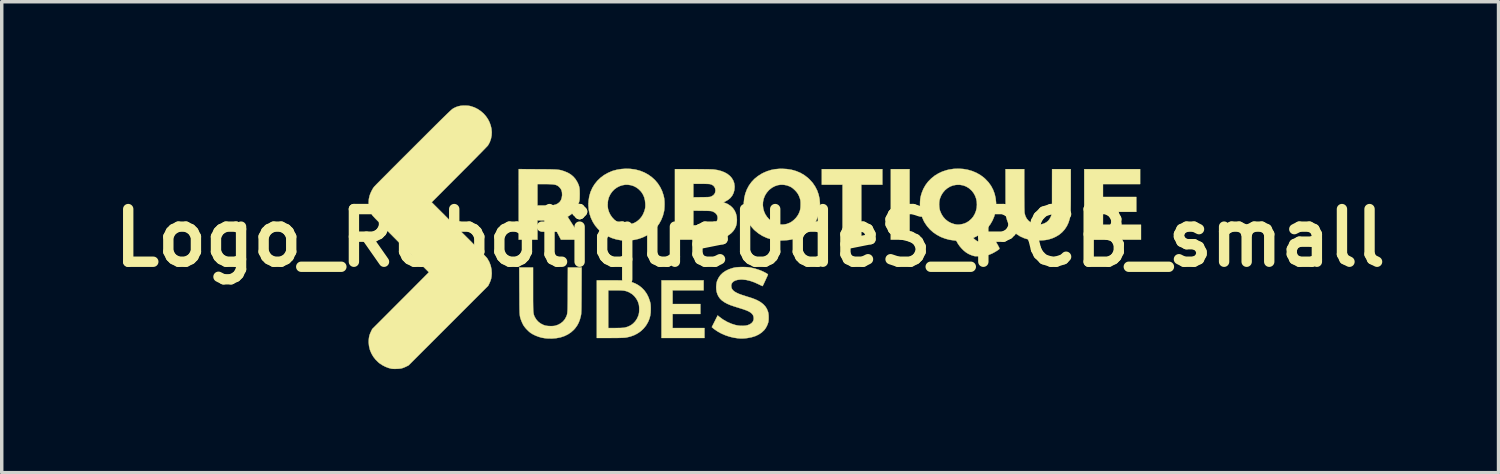
<source format=kicad_pcb>
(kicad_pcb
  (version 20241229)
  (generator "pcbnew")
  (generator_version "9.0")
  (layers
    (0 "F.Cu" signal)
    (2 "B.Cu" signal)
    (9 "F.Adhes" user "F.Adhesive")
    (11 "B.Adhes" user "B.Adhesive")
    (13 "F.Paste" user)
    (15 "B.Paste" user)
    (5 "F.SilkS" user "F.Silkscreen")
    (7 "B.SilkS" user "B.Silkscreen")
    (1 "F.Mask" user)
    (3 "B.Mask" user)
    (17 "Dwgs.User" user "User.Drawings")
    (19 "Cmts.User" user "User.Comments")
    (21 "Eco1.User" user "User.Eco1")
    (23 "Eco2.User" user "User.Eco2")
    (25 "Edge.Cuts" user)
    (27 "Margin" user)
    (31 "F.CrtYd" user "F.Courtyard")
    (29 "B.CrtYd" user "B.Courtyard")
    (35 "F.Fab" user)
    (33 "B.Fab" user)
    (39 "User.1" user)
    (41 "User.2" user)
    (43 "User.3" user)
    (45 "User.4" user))
  (footprint "Logo_RobotiqueUdeS_PCB_small"
    (layer "F.Cu")
    (at 18.658 3.835)
    (property "Reference" "Logo_RobotiqueUdeS_PCB_small" (at 0 0 0) (layer "F.SilkS") (effects (font (size 1.524 1.524) (thickness 0.3))))
    (attr through_hole)
    (fp_poly (pts (xy 4.614 0.051) (xy 4.072 0.051) (xy 4.072 -1.99) (xy 4.614 -1.99) (xy 4.614 0.051)) (stroke (width 0.01) (type solid)) (fill yes) (layer "F.SilkS"))
    (fp_poly (pts (xy 3.827 -1.541) (xy 3.217 -1.541) (xy 3.217 0.051) (xy 2.675 0.051) (xy 2.675 -1.541) (xy 2.074 -1.541) (xy 2.074 -1.99) (xy 3.827 -1.99) (xy 3.827 -1.541)) (stroke (width 0.01) (type solid)) (fill yes) (layer "F.SilkS"))
    (fp_poly (pts (xy -1.346 1.516) (xy -2.244 1.516) (xy -2.244 1.913) (xy -1.439 1.913) (xy -1.439 2.201) (xy -2.244 2.201) (xy -2.244 2.608) (xy -1.321 2.608) (xy -1.321 2.896) (xy -2.565 2.896) (xy -2.565 1.228) (xy -1.346 1.228) (xy -1.346 1.516)) (stroke (width 0.01) (type solid)) (fill yes) (layer "F.SilkS"))
    (fp_poly (pts (xy 11.286 -1.558) (xy 10.211 -1.558) (xy 10.211 -1.185) (xy 11.176 -1.185) (xy 11.176 -0.754) (xy 10.211 -0.754) (xy 10.211 -0.381) (xy 11.311 -0.381) (xy 11.311 0.051) (xy 9.669 0.051) (xy 9.669 -1.99) (xy 11.286 -1.99) (xy 11.286 -1.558)) (stroke (width 0.01) (type solid)) (fill yes) (layer "F.SilkS"))
    (fp_poly (pts (xy -4.053 1.228) (xy -3.949 1.228) (xy -3.86 1.228) (xy -3.785 1.229) (xy -3.721 1.231) (xy -3.666 1.234) (xy -3.62 1.237) (xy -3.58 1.242) (xy -3.544 1.247) (xy -3.51 1.254) (xy -3.477 1.263) (xy -3.443 1.273) (xy -3.437 1.275) (xy -3.326 1.318) (xy -3.225 1.374) (xy -3.136 1.443) (xy -3.059 1.523) (xy -2.993 1.615) (xy -2.941 1.718) (xy -2.901 1.832) (xy -2.886 1.892) (xy -2.881 1.923) (xy -2.878 1.966) (xy -2.876 2.017) (xy -2.876 2.07) (xy -2.879 2.163) (xy -2.89 2.244) (xy -2.909 2.321) (xy -2.937 2.396) (xy -2.958 2.442) (xy -3.014 2.537) (xy -3.084 2.623) (xy -3.165 2.699) (xy -3.257 2.763) (xy -3.359 2.816) (xy -3.469 2.855) (xy -3.586 2.882) (xy -3.619 2.886) (xy -3.647 2.888) (xy -3.689 2.89) (xy -3.745 2.892) (xy -3.812 2.894) (xy -3.889 2.895) (xy -3.974 2.895) (xy -4.065 2.896) (xy -4.066 2.896) (xy -4.437 2.896) (xy -4.437 1.516) (xy -4.106 1.516) (xy -4.106 2.608) (xy -3.9 2.608) (xy -3.818 2.607) (xy -3.752 2.606) (xy -3.699 2.603) (xy -3.657 2.6) (xy -3.627 2.595) (xy -3.539 2.57) (xy -3.458 2.531) (xy -3.386 2.478) (xy -3.324 2.413) (xy -3.274 2.338) (xy -3.236 2.253) (xy -3.222 2.206) (xy -3.214 2.162) (xy -3.21 2.108) (xy -3.209 2.049) (xy -3.212 1.991) (xy -3.218 1.94) (xy -3.222 1.922) (xy -3.25 1.837) (xy -3.293 1.759) (xy -3.348 1.688) (xy -3.413 1.628) (xy -3.488 1.581) (xy -3.497 1.576) (xy -3.535 1.559) (xy -3.572 1.545) (xy -3.609 1.534) (xy -3.651 1.526) (xy -3.698 1.521) (xy -3.754 1.518) (xy -3.822 1.516) (xy -3.903 1.516) (xy -4.106 1.516) (xy -4.437 1.516) (xy -4.437 1.228) (xy -4.053 1.228)) (stroke (width 0.01) (type solid)) (fill yes) (layer "F.SilkS"))
    (fp_poly (pts (xy -6.149 -1.987) (xy -6.033 -1.986) (xy -5.932 -1.986) (xy -5.845 -1.985) (xy -5.771 -1.984) (xy -5.708 -1.982) (xy -5.655 -1.98) (xy -5.609 -1.978) (xy -5.571 -1.974) (xy -5.537 -1.97) (xy -5.507 -1.966) (xy -5.48 -1.96) (xy -5.453 -1.953) (xy -5.426 -1.944) (xy -5.397 -1.935) (xy -5.381 -1.93) (xy -5.279 -1.888) (xy -5.191 -1.836) (xy -5.115 -1.772) (xy -5.051 -1.698) (xy -4.999 -1.611) (xy -4.995 -1.604) (xy -4.975 -1.56) (xy -4.959 -1.521) (xy -4.948 -1.484) (xy -4.94 -1.445) (xy -4.935 -1.4) (xy -4.933 -1.347) (xy -4.932 -1.281) (xy -4.932 -1.262) (xy -4.933 -1.203) (xy -4.934 -1.159) (xy -4.935 -1.125) (xy -4.938 -1.097) (xy -4.942 -1.073) (xy -4.948 -1.049) (xy -4.956 -1.022) (xy -4.956 -1.021) (xy -4.995 -0.918) (xy -5.046 -0.827) (xy -5.109 -0.747) (xy -5.182 -0.679) (xy -5.221 -0.652) (xy -5.282 -0.612) (xy -5.083 -0.3) (xy -5.041 -0.234) (xy -5.001 -0.171) (xy -4.965 -0.115) (xy -4.933 -0.065) (xy -4.907 -0.024) (xy -4.887 0.007) (xy -4.875 0.026) (xy -4.872 0.032) (xy -4.859 0.051) (xy -5.167 0.051) (xy -5.474 0.051) (xy -5.619 -0.227) (xy -5.765 -0.504) (xy -5.96 -0.506) (xy -6.155 -0.508) (xy -6.155 0.051) (xy -6.697 0.051) (xy -6.697 -0.94) (xy -6.155 -0.94) (xy -5.95 -0.94) (xy -5.889 -0.94) (xy -5.832 -0.941) (xy -5.78 -0.943) (xy -5.737 -0.944) (xy -5.707 -0.947) (xy -5.696 -0.948) (xy -5.622 -0.967) (xy -5.561 -0.998) (xy -5.511 -1.04) (xy -5.475 -1.093) (xy -5.452 -1.157) (xy -5.441 -1.232) (xy -5.441 -1.249) (xy -5.444 -1.314) (xy -5.455 -1.367) (xy -5.476 -1.413) (xy -5.505 -1.451) (xy -5.531 -1.479) (xy -5.557 -1.501) (xy -5.587 -1.519) (xy -5.621 -1.533) (xy -5.662 -1.543) (xy -5.711 -1.55) (xy -5.771 -1.554) (xy -5.844 -1.557) (xy -5.932 -1.558) (xy -5.941 -1.558) (xy -6.155 -1.558) (xy -6.155 -0.94) (xy -6.697 -0.94) (xy -6.697 -1.991) (xy -6.149 -1.987)) (stroke (width 0.01) (type solid)) (fill yes) (layer "F.SilkS"))
    (fp_poly (pts (xy 7.933 -1.382) (xy 7.933 -1.256) (xy 7.934 -1.141) (xy 7.935 -1.038) (xy 7.935 -0.948) (xy 7.936 -0.872) (xy 7.938 -0.81) (xy 7.939 -0.763) (xy 7.941 -0.731) (xy 7.942 -0.72) (xy 7.963 -0.64) (xy 7.997 -0.569) (xy 8.044 -0.509) (xy 8.102 -0.459) (xy 8.17 -0.422) (xy 8.246 -0.398) (xy 8.33 -0.388) (xy 8.344 -0.388) (xy 8.426 -0.394) (xy 8.498 -0.413) (xy 8.563 -0.446) (xy 8.578 -0.456) (xy 8.618 -0.489) (xy 8.649 -0.523) (xy 8.677 -0.566) (xy 8.69 -0.592) (xy 8.699 -0.609) (xy 8.706 -0.625) (xy 8.713 -0.642) (xy 8.718 -0.66) (xy 8.723 -0.682) (xy 8.726 -0.707) (xy 8.73 -0.739) (xy 8.732 -0.776) (xy 8.734 -0.822) (xy 8.735 -0.877) (xy 8.736 -0.942) (xy 8.737 -1.019) (xy 8.737 -1.109) (xy 8.737 -1.213) (xy 8.737 -1.332) (xy 8.737 -1.369) (xy 8.738 -1.99) (xy 9.279 -1.99) (xy 9.279 -1.374) (xy 9.279 -1.257) (xy 9.279 -1.147) (xy 9.278 -1.046) (xy 9.277 -0.954) (xy 9.276 -0.873) (xy 9.275 -0.805) (xy 9.274 -0.75) (xy 9.272 -0.709) (xy 9.271 -0.684) (xy 9.271 -0.682) (xy 9.249 -0.559) (xy 9.214 -0.445) (xy 9.165 -0.341) (xy 9.103 -0.247) (xy 9.029 -0.165) (xy 8.943 -0.093) (xy 8.844 -0.034) (xy 8.745 0.01) (xy 8.677 0.032) (xy 8.612 0.049) (xy 8.544 0.061) (xy 8.469 0.068) (xy 8.382 0.072) (xy 8.378 0.072) (xy 8.325 0.073) (xy 8.273 0.072) (xy 8.226 0.071) (xy 8.189 0.069) (xy 8.175 0.067) (xy 8.042 0.042) (xy 7.922 0.004) (xy 7.812 -0.046) (xy 7.714 -0.109) (xy 7.628 -0.184) (xy 7.58 -0.237) (xy 7.545 -0.286) (xy 7.509 -0.346) (xy 7.476 -0.412) (xy 7.448 -0.479) (xy 7.428 -0.541) (xy 7.425 -0.553) (xy 7.419 -0.58) (xy 7.414 -0.608) (xy 7.409 -0.637) (xy 7.405 -0.67) (xy 7.402 -0.707) (xy 7.399 -0.75) (xy 7.397 -0.8) (xy 7.395 -0.858) (xy 7.394 -0.926) (xy 7.393 -1.004) (xy 7.392 -1.096) (xy 7.392 -1.2) (xy 7.392 -1.32) (xy 7.392 -1.395) (xy 7.391 -1.99) (xy 7.933 -1.99) (xy 7.933 -1.382)) (stroke (width 0.01) (type solid)) (fill yes) (layer "F.SilkS"))
    (fp_poly (pts (xy -3.468 -1.998) (xy -3.342 -1.982) (xy -3.314 -1.977) (xy -3.184 -1.942) (xy -3.061 -1.893) (xy -2.948 -1.831) (xy -2.845 -1.757) (xy -2.752 -1.672) (xy -2.671 -1.576) (xy -2.603 -1.471) (xy -2.548 -1.357) (xy -2.507 -1.235) (xy -2.488 -1.151) (xy -2.482 -1.101) (xy -2.478 -1.04) (xy -2.477 -0.972) (xy -2.479 -0.903) (xy -2.483 -0.838) (xy -2.489 -0.783) (xy -2.492 -0.769) (xy -2.525 -0.64) (xy -2.573 -0.521) (xy -2.634 -0.41) (xy -2.708 -0.308) (xy -2.793 -0.218) (xy -2.889 -0.138) (xy -2.995 -0.07) (xy -3.11 -0.014) (xy -3.234 0.029) (xy -3.365 0.058) (xy -3.502 0.073) (xy -3.588 0.075) (xy -3.634 0.074) (xy -3.681 0.072) (xy -3.721 0.069) (xy -3.742 0.067) (xy -3.876 0.042) (xy -4.004 0.002) (xy -4.125 -0.052) (xy -4.238 -0.12) (xy -4.342 -0.2) (xy -4.403 -0.26) (xy -4.485 -0.357) (xy -4.552 -0.463) (xy -4.606 -0.577) (xy -4.646 -0.696) (xy -4.671 -0.82) (xy -4.678 -0.919) (xy -4.122 -0.919) (xy -4.112 -0.839) (xy -4.111 -0.834) (xy -4.083 -0.746) (xy -4.042 -0.664) (xy -3.988 -0.588) (xy -3.925 -0.522) (xy -3.853 -0.469) (xy -3.823 -0.451) (xy -3.738 -0.414) (xy -3.655 -0.392) (xy -3.573 -0.386) (xy -3.487 -0.394) (xy -3.442 -0.403) (xy -3.356 -0.432) (xy -3.278 -0.476) (xy -3.208 -0.534) (xy -3.148 -0.603) (xy -3.098 -0.684) (xy -3.061 -0.775) (xy -3.047 -0.821) (xy -3.039 -0.857) (xy -3.034 -0.889) (xy -3.032 -0.923) (xy -3.032 -0.964) (xy -3.033 -0.995) (xy -3.044 -1.092) (xy -3.066 -1.178) (xy -3.101 -1.257) (xy -3.149 -1.33) (xy -3.159 -1.343) (xy -3.225 -1.41) (xy -3.297 -1.463) (xy -3.374 -1.502) (xy -3.455 -1.527) (xy -3.538 -1.539) (xy -3.622 -1.538) (xy -3.704 -1.523) (xy -3.783 -1.496) (xy -3.858 -1.457) (xy -3.928 -1.406) (xy -3.989 -1.343) (xy -4.042 -1.269) (xy -4.084 -1.184) (xy -4.092 -1.161) (xy -4.112 -1.086) (xy -4.122 -1.003) (xy -4.122 -0.919) (xy -4.678 -0.919) (xy -4.681 -0.946) (xy -4.675 -1.074) (xy -4.655 -1.202) (xy -4.619 -1.328) (xy -4.615 -1.337) (xy -4.565 -1.45) (xy -4.5 -1.555) (xy -4.422 -1.652) (xy -4.332 -1.739) (xy -4.23 -1.816) (xy -4.118 -1.88) (xy -3.998 -1.932) (xy -3.97 -1.942) (xy -3.853 -1.973) (xy -3.728 -1.993) (xy -3.598 -2.002) (xy -3.468 -1.998)) (stroke (width 0.01) (type solid)) (fill yes) (layer "F.SilkS"))
    (fp_poly (pts (xy -6.282 1.488) (xy -6.282 1.613) (xy -6.282 1.722) (xy -6.282 1.817) (xy -6.281 1.899) (xy -6.28 1.968) (xy -6.279 2.027) (xy -6.277 2.077) (xy -6.275 2.118) (xy -6.272 2.153) (xy -6.268 2.181) (xy -6.263 2.206) (xy -6.258 2.227) (xy -6.251 2.246) (xy -6.244 2.264) (xy -6.235 2.283) (xy -6.226 2.3) (xy -6.182 2.37) (xy -6.125 2.431) (xy -6.057 2.481) (xy -5.978 2.52) (xy -5.927 2.537) (xy -5.883 2.545) (xy -5.829 2.55) (xy -5.771 2.552) (xy -5.714 2.551) (xy -5.664 2.546) (xy -5.639 2.541) (xy -5.556 2.513) (xy -5.482 2.472) (xy -5.417 2.42) (xy -5.365 2.358) (xy -5.339 2.313) (xy -5.329 2.293) (xy -5.319 2.274) (xy -5.312 2.256) (xy -5.305 2.238) (xy -5.299 2.218) (xy -5.294 2.195) (xy -5.29 2.168) (xy -5.287 2.135) (xy -5.284 2.096) (xy -5.282 2.049) (xy -5.281 1.993) (xy -5.28 1.927) (xy -5.279 1.849) (xy -5.278 1.758) (xy -5.278 1.653) (xy -5.277 1.532) (xy -5.277 1.501) (xy -5.274 0.855) (xy -4.876 0.855) (xy -4.879 1.518) (xy -4.88 1.639) (xy -4.88 1.745) (xy -4.881 1.837) (xy -4.882 1.915) (xy -4.882 1.982) (xy -4.883 2.038) (xy -4.884 2.084) (xy -4.885 2.122) (xy -4.887 2.153) (xy -4.888 2.179) (xy -4.89 2.2) (xy -4.892 2.218) (xy -4.895 2.234) (xy -4.898 2.249) (xy -4.901 2.264) (xy -4.928 2.365) (xy -4.962 2.453) (xy -5.004 2.532) (xy -5.056 2.605) (xy -5.099 2.655) (xy -5.181 2.729) (xy -5.273 2.791) (xy -5.376 2.841) (xy -5.488 2.878) (xy -5.609 2.901) (xy -5.736 2.912) (xy -5.871 2.909) (xy -5.934 2.903) (xy -6.029 2.887) (xy -6.124 2.86) (xy -6.217 2.824) (xy -6.3 2.782) (xy -6.353 2.749) (xy -6.401 2.71) (xy -6.452 2.661) (xy -6.5 2.609) (xy -6.541 2.556) (xy -6.561 2.526) (xy -6.581 2.488) (xy -6.602 2.443) (xy -6.62 2.4) (xy -6.621 2.396) (xy -6.631 2.371) (xy -6.639 2.348) (xy -6.646 2.327) (xy -6.652 2.306) (xy -6.657 2.284) (xy -6.662 2.26) (xy -6.665 2.232) (xy -6.668 2.199) (xy -6.671 2.161) (xy -6.672 2.115) (xy -6.674 2.06) (xy -6.675 1.996) (xy -6.676 1.921) (xy -6.676 1.833) (xy -6.677 1.731) (xy -6.677 1.615) (xy -6.678 1.535) (xy -6.681 0.855) (xy -6.282 0.855) (xy -6.282 1.488)) (stroke (width 0.01) (type solid)) (fill yes) (layer "F.SilkS"))
    (fp_poly (pts (xy 1.062 -1.993) (xy 1.201 -1.971) (xy 1.331 -1.934) (xy 1.454 -1.883) (xy 1.567 -1.817) (xy 1.672 -1.737) (xy 1.723 -1.689) (xy 1.81 -1.592) (xy 1.882 -1.486) (xy 1.94 -1.373) (xy 1.982 -1.253) (xy 2.009 -1.128) (xy 2.02 -0.999) (xy 2.015 -0.876) (xy 1.995 -0.742) (xy 1.96 -0.616) (xy 1.91 -0.498) (xy 1.847 -0.389) (xy 1.771 -0.289) (xy 1.682 -0.2) (xy 1.582 -0.122) (xy 1.471 -0.055) (xy 1.35 -0.001) (xy 1.218 0.04) (xy 1.17 0.051) (xy 1.121 0.059) (xy 1.061 0.065) (xy 0.993 0.07) (xy 0.923 0.073) (xy 0.856 0.073) (xy 0.795 0.071) (xy 0.749 0.067) (xy 0.611 0.041) (xy 0.481 -0.001) (xy 0.359 -0.057) (xy 0.245 -0.128) (xy 0.14 -0.213) (xy 0.096 -0.255) (xy 0.012 -0.353) (xy -0.057 -0.46) (xy -0.112 -0.574) (xy -0.151 -0.695) (xy -0.176 -0.822) (xy -0.184 -0.944) (xy 0.368 -0.944) (xy 0.38 -0.846) (xy 0.402 -0.768) (xy 0.439 -0.684) (xy 0.489 -0.608) (xy 0.549 -0.541) (xy 0.619 -0.484) (xy 0.695 -0.439) (xy 0.776 -0.407) (xy 0.86 -0.389) (xy 0.946 -0.386) (xy 0.953 -0.387) (xy 0.991 -0.391) (xy 1.033 -0.398) (xy 1.052 -0.402) (xy 1.084 -0.413) (xy 1.123 -0.428) (xy 1.16 -0.444) (xy 1.162 -0.445) (xy 1.215 -0.478) (xy 1.27 -0.524) (xy 1.322 -0.576) (xy 1.366 -0.632) (xy 1.399 -0.686) (xy 1.423 -0.74) (xy 1.441 -0.789) (xy 1.452 -0.838) (xy 1.458 -0.892) (xy 1.46 -0.957) (xy 1.46 -0.974) (xy 1.46 -1.022) (xy 1.458 -1.059) (xy 1.455 -1.088) (xy 1.449 -1.114) (xy 1.441 -1.142) (xy 1.436 -1.156) (xy 1.411 -1.221) (xy 1.382 -1.276) (xy 1.346 -1.326) (xy 1.3 -1.377) (xy 1.292 -1.384) (xy 1.248 -1.425) (xy 1.208 -1.456) (xy 1.167 -1.48) (xy 1.16 -1.484) (xy 1.07 -1.519) (xy 0.979 -1.537) (xy 0.888 -1.54) (xy 0.799 -1.527) (xy 0.713 -1.497) (xy 0.631 -1.453) (xy 0.555 -1.393) (xy 0.541 -1.38) (xy 0.477 -1.305) (xy 0.427 -1.222) (xy 0.392 -1.133) (xy 0.372 -1.04) (xy 0.368 -0.944) (xy -0.184 -0.944) (xy -0.185 -0.956) (xy -0.183 -1.024) (xy -0.169 -1.157) (xy -0.139 -1.283) (xy -0.094 -1.402) (xy -0.035 -1.513) (xy 0.038 -1.615) (xy 0.124 -1.707) (xy 0.224 -1.788) (xy 0.336 -1.859) (xy 0.385 -1.884) (xy 0.494 -1.931) (xy 0.605 -1.966) (xy 0.719 -1.988) (xy 0.841 -1.999) (xy 0.914 -2.001) (xy 1.062 -1.993)) (stroke (width 0.01) (type solid)) (fill yes) (layer "F.SilkS"))
    (fp_poly (pts (xy -1.558 -1.99) (xy -1.461 -1.989) (xy -1.371 -1.988) (xy -1.288 -1.987) (xy -1.215 -1.986) (xy -1.154 -1.985) (xy -1.105 -1.983) (xy -1.071 -1.982) (xy -1.059 -1.981) (xy -0.942 -1.963) (xy -0.836 -1.935) (xy -0.741 -1.898) (xy -0.659 -1.852) (xy -0.589 -1.797) (xy -0.533 -1.735) (xy -0.49 -1.664) (xy -0.462 -1.587) (xy -0.45 -1.503) (xy -0.449 -1.474) (xy -0.457 -1.383) (xy -0.48 -1.301) (xy -0.517 -1.226) (xy -0.569 -1.16) (xy -0.634 -1.105) (xy -0.701 -1.065) (xy -0.772 -1.029) (xy -0.731 -1.015) (xy -0.643 -0.977) (xy -0.567 -0.927) (xy -0.503 -0.867) (xy -0.452 -0.796) (xy -0.414 -0.716) (xy -0.391 -0.628) (xy -0.383 -0.532) (xy -0.384 -0.488) (xy -0.389 -0.426) (xy -0.399 -0.375) (xy -0.414 -0.328) (xy -0.437 -0.279) (xy -0.442 -0.269) (xy -0.49 -0.197) (xy -0.552 -0.133) (xy -0.628 -0.077) (xy -0.717 -0.031) (xy -0.817 0.006) (xy -0.929 0.033) (xy -0.985 0.042) (xy -1.008 0.044) (xy -1.047 0.045) (xy -1.102 0.047) (xy -1.171 0.048) (xy -1.254 0.049) (xy -1.349 0.05) (xy -1.456 0.051) (xy -1.574 0.051) (xy -1.614 0.051) (xy -2.176 0.051) (xy -2.176 -0.364) (xy -1.643 -0.364) (xy -1.433 -0.364) (xy -1.371 -0.365) (xy -1.312 -0.366) (xy -1.258 -0.367) (xy -1.212 -0.369) (xy -1.178 -0.371) (xy -1.165 -0.373) (xy -1.096 -0.389) (xy -1.038 -0.415) (xy -0.993 -0.45) (xy -0.961 -0.493) (xy -0.943 -0.544) (xy -0.94 -0.58) (xy -0.948 -0.635) (xy -0.971 -0.682) (xy -1.009 -0.722) (xy -1.062 -0.755) (xy -1.081 -0.763) (xy -1.096 -0.769) (xy -1.11 -0.773) (xy -1.126 -0.777) (xy -1.146 -0.779) (xy -1.173 -0.781) (xy -1.207 -0.783) (xy -1.252 -0.784) (xy -1.31 -0.785) (xy -1.382 -0.786) (xy -1.386 -0.786) (xy -1.643 -0.789) (xy -1.643 -0.364) (xy -2.176 -0.364) (xy -2.176 -1.566) (xy -1.643 -1.566) (xy -1.643 -1.175) (xy -1.403 -1.178) (xy -1.333 -1.179) (xy -1.278 -1.18) (xy -1.235 -1.181) (xy -1.202 -1.183) (xy -1.178 -1.185) (xy -1.159 -1.188) (xy -1.145 -1.191) (xy -1.132 -1.196) (xy -1.122 -1.201) (xy -1.07 -1.231) (xy -1.034 -1.269) (xy -1.012 -1.315) (xy -1.004 -1.37) (xy -1.004 -1.376) (xy -1.012 -1.431) (xy -1.034 -1.478) (xy -1.069 -1.516) (xy -1.117 -1.544) (xy -1.161 -1.557) (xy -1.182 -1.56) (xy -1.216 -1.562) (xy -1.262 -1.564) (xy -1.317 -1.565) (xy -1.378 -1.566) (xy -1.423 -1.566) (xy -1.643 -1.566) (xy -2.176 -1.566) (xy -2.176 -1.99) (xy -1.66 -1.99) (xy -1.558 -1.99)) (stroke (width 0.01) (type solid)) (fill yes) (layer "F.SilkS"))
    (fp_poly (pts (xy -0.129 0.844) (xy -0.063 0.848) (xy -0.006 0.855) (xy 0.013 0.858) (xy 0.147 0.89) (xy 0.271 0.93) (xy 0.322 0.95) (xy 0.365 0.969) (xy 0.407 0.99) (xy 0.446 1.01) (xy 0.479 1.029) (xy 0.503 1.045) (xy 0.515 1.056) (xy 0.516 1.059) (xy 0.513 1.068) (xy 0.504 1.089) (xy 0.49 1.121) (xy 0.472 1.159) (xy 0.453 1.202) (xy 0.432 1.247) (xy 0.412 1.29) (xy 0.394 1.329) (xy 0.378 1.361) (xy 0.367 1.383) (xy 0.362 1.394) (xy 0.361 1.394) (xy 0.353 1.391) (xy 0.333 1.383) (xy 0.303 1.369) (xy 0.266 1.351) (xy 0.249 1.343) (xy 0.122 1.285) (xy 0.001 1.243) (xy -0.112 1.216) (xy -0.22 1.205) (xy -0.279 1.205) (xy -0.356 1.213) (xy -0.421 1.23) (xy -0.474 1.256) (xy -0.512 1.289) (xy -0.537 1.33) (xy -0.547 1.377) (xy -0.542 1.428) (xy -0.53 1.466) (xy -0.509 1.5) (xy -0.478 1.532) (xy -0.437 1.562) (xy -0.384 1.591) (xy -0.318 1.621) (xy -0.238 1.65) (xy -0.142 1.681) (xy -0.131 1.685) (xy -0.053 1.709) (xy 0.012 1.729) (xy 0.065 1.747) (xy 0.111 1.764) (xy 0.15 1.78) (xy 0.187 1.796) (xy 0.216 1.81) (xy 0.305 1.861) (xy 0.379 1.918) (xy 0.439 1.982) (xy 0.484 2.053) (xy 0.516 2.133) (xy 0.521 2.151) (xy 0.53 2.194) (xy 0.535 2.248) (xy 0.536 2.307) (xy 0.535 2.364) (xy 0.53 2.415) (xy 0.526 2.438) (xy 0.508 2.493) (xy 0.482 2.553) (xy 0.45 2.61) (xy 0.415 2.659) (xy 0.406 2.669) (xy 0.334 2.737) (xy 0.249 2.794) (xy 0.153 2.84) (xy 0.044 2.874) (xy -0.075 2.897) (xy -0.133 2.904) (xy -0.18 2.908) (xy -0.216 2.91) (xy -0.246 2.911) (xy -0.275 2.91) (xy -0.31 2.908) (xy -0.356 2.904) (xy -0.357 2.904) (xy -0.478 2.886) (xy -0.601 2.856) (xy -0.722 2.815) (xy -0.838 2.764) (xy -0.946 2.704) (xy -1.042 2.638) (xy -1.073 2.612) (xy -1.109 2.581) (xy -1.024 2.412) (xy -0.939 2.243) (xy -0.895 2.28) (xy -0.787 2.36) (xy -0.669 2.428) (xy -0.542 2.484) (xy -0.424 2.521) (xy -0.352 2.535) (xy -0.276 2.543) (xy -0.2 2.544) (xy -0.129 2.538) (xy -0.07 2.525) (xy -0.007 2.499) (xy 0.043 2.464) (xy 0.079 2.422) (xy 0.099 2.374) (xy 0.104 2.328) (xy 0.099 2.28) (xy 0.084 2.237) (xy 0.057 2.198) (xy 0.017 2.162) (xy -0.037 2.129) (xy -0.105 2.098) (xy -0.188 2.068) (xy -0.216 2.059) (xy -0.267 2.043) (xy -0.327 2.024) (xy -0.389 2.005) (xy -0.446 1.987) (xy -0.452 1.985) (xy -0.565 1.947) (xy -0.662 1.906) (xy -0.744 1.861) (xy -0.813 1.813) (xy -0.868 1.76) (xy -0.912 1.7) (xy -0.945 1.635) (xy -0.968 1.562) (xy -0.97 1.552) (xy -0.979 1.49) (xy -0.982 1.421) (xy -0.977 1.351) (xy -0.967 1.286) (xy -0.955 1.243) (xy -0.914 1.156) (xy -0.861 1.079) (xy -0.794 1.013) (xy -0.713 0.957) (xy -0.619 0.91) (xy -0.512 0.874) (xy -0.449 0.858) (xy -0.401 0.851) (xy -0.34 0.846) (xy -0.272 0.843) (xy -0.2 0.842) (xy -0.129 0.844)) (stroke (width 0.01) (type solid)) (fill yes) (layer "F.SilkS"))
    (fp_poly (pts (xy -8.2 -3.828) (xy -8.152 -3.824) (xy -8.111 -3.818) (xy -8.083 -3.811) (xy -7.978 -3.776) (xy -7.881 -3.727) (xy -7.794 -3.668) (xy -7.715 -3.6) (xy -7.647 -3.523) (xy -7.589 -3.439) (xy -7.543 -3.35) (xy -7.509 -3.256) (xy -7.486 -3.16) (xy -7.477 -3.062) (xy -7.482 -2.964) (xy -7.501 -2.867) (xy -7.534 -2.773) (xy -7.583 -2.683) (xy -7.588 -2.675) (xy -7.597 -2.665) (xy -7.618 -2.643) (xy -7.649 -2.611) (xy -7.689 -2.569) (xy -7.739 -2.518) (xy -7.797 -2.458) (xy -7.863 -2.392) (xy -7.935 -2.318) (xy -8.014 -2.238) (xy -8.098 -2.153) (xy -8.187 -2.063) (xy -8.281 -1.97) (xy -8.377 -1.873) (xy -8.415 -1.835) (xy -9.216 -1.032) (xy -8.43 -0.247) (xy -8.31 -0.127) (xy -8.201 -0.019) (xy -8.103 0.079) (xy -8.016 0.167) (xy -7.939 0.245) (xy -7.871 0.313) (xy -7.812 0.373) (xy -7.762 0.425) (xy -7.719 0.469) (xy -7.684 0.507) (xy -7.656 0.537) (xy -7.633 0.562) (xy -7.617 0.581) (xy -7.606 0.595) (xy -7.603 0.6) (xy -7.547 0.699) (xy -7.508 0.803) (xy -7.485 0.911) (xy -7.478 1.022) (xy -7.479 1.046) (xy -7.484 1.115) (xy -7.494 1.175) (xy -7.51 1.23) (xy -7.534 1.288) (xy -7.545 1.312) (xy -7.58 1.384) (xy -8.733 2.537) (xy -9.885 3.689) (xy -9.957 3.724) (xy -9.996 3.742) (xy -10.036 3.758) (xy -10.071 3.77) (xy -10.08 3.773) (xy -10.116 3.78) (xy -10.164 3.785) (xy -10.218 3.788) (xy -10.274 3.79) (xy -10.325 3.789) (xy -10.368 3.786) (xy -10.38 3.784) (xy -10.467 3.762) (xy -10.557 3.727) (xy -10.645 3.681) (xy -10.725 3.628) (xy -10.751 3.607) (xy -10.834 3.527) (xy -10.904 3.438) (xy -10.96 3.342) (xy -11.002 3.24) (xy -11.028 3.133) (xy -11.039 3.024) (xy -11.038 2.968) (xy -11.031 2.896) (xy -11.02 2.834) (xy -11 2.775) (xy -10.972 2.711) (xy -10.971 2.709) (xy -10.936 2.637) (xy -10.116 1.816) (xy -9.296 0.994) (xy -10.097 0.195) (xy -10.212 0.08) (xy -10.32 -0.029) (xy -10.421 -0.13) (xy -10.515 -0.224) (xy -10.6 -0.31) (xy -10.677 -0.388) (xy -10.745 -0.457) (xy -10.803 -0.517) (xy -10.851 -0.566) (xy -10.888 -0.606) (xy -10.915 -0.635) (xy -10.93 -0.652) (xy -10.933 -0.656) (xy -10.98 -0.739) (xy -11.013 -0.83) (xy -11.033 -0.928) (xy -11.04 -1.028) (xy -11.033 -1.128) (xy -11.015 -1.211) (xy -10.996 -1.267) (xy -10.97 -1.328) (xy -10.94 -1.388) (xy -10.909 -1.441) (xy -10.886 -1.473) (xy -10.877 -1.484) (xy -10.855 -1.506) (xy -10.824 -1.539) (xy -10.782 -1.582) (xy -10.73 -1.634) (xy -10.67 -1.695) (xy -10.601 -1.764) (xy -10.524 -1.841) (xy -10.441 -1.925) (xy -10.351 -2.016) (xy -10.255 -2.111) (xy -10.154 -2.213) (xy -10.049 -2.318) (xy -9.939 -2.427) (xy -9.826 -2.54) (xy -9.745 -2.621) (xy -9.61 -2.756) (xy -9.486 -2.879) (xy -9.373 -2.992) (xy -9.271 -3.094) (xy -9.178 -3.186) (xy -9.095 -3.269) (xy -9.02 -3.343) (xy -8.954 -3.408) (xy -8.895 -3.466) (xy -8.843 -3.517) (xy -8.798 -3.561) (xy -8.759 -3.599) (xy -8.725 -3.631) (xy -8.697 -3.658) (xy -8.672 -3.681) (xy -8.652 -3.699) (xy -8.635 -3.714) (xy -8.621 -3.726) (xy -8.608 -3.735) (xy -8.598 -3.742) (xy -8.589 -3.748) (xy -8.58 -3.753) (xy -8.572 -3.757) (xy -8.504 -3.789) (xy -8.441 -3.81) (xy -8.378 -3.823) (xy -8.307 -3.829) (xy -8.259 -3.83) (xy -8.2 -3.828)) (stroke (width 0.01) (type solid)) (fill yes) (layer "F.SilkS"))
    (fp_poly (pts (xy 6.166 -1.995) (xy 6.299 -1.972) (xy 6.427 -1.935) (xy 6.548 -1.884) (xy 6.661 -1.82) (xy 6.764 -1.744) (xy 6.808 -1.704) (xy 6.898 -1.609) (xy 6.972 -1.506) (xy 7.031 -1.395) (xy 7.075 -1.277) (xy 7.104 -1.151) (xy 7.118 -1.017) (xy 7.118 -1.012) (xy 7.116 -0.879) (xy 7.098 -0.75) (xy 7.065 -0.626) (xy 7.016 -0.508) (xy 6.953 -0.398) (xy 6.875 -0.296) (xy 6.844 -0.262) (xy 6.746 -0.17) (xy 6.642 -0.095) (xy 6.531 -0.035) (xy 6.509 -0.025) (xy 6.484 -0.013) (xy 6.466 -0.004) (xy 6.46 0.001) (xy 6.466 0.011) (xy 6.483 0.028) (xy 6.507 0.048) (xy 6.533 0.069) (xy 6.559 0.086) (xy 6.577 0.096) (xy 6.634 0.118) (xy 6.692 0.124) (xy 6.755 0.115) (xy 6.756 0.115) (xy 6.802 0.099) (xy 6.856 0.077) (xy 6.911 0.049) (xy 6.962 0.02) (xy 6.988 0.003) (xy 7.011 -0.012) (xy 7.029 -0.02) (xy 7.036 -0.02) (xy 7.042 -0.011) (xy 7.055 0.011) (xy 7.074 0.043) (xy 7.097 0.083) (xy 7.123 0.129) (xy 7.133 0.146) (xy 7.164 0.2) (xy 7.186 0.242) (xy 7.202 0.272) (xy 7.211 0.293) (xy 7.215 0.307) (xy 7.215 0.316) (xy 7.213 0.318) (xy 7.196 0.334) (xy 7.167 0.355) (xy 7.13 0.379) (xy 7.088 0.404) (xy 7.046 0.428) (xy 7.006 0.449) (xy 6.981 0.46) (xy 6.916 0.486) (xy 6.86 0.504) (xy 6.806 0.517) (xy 6.749 0.525) (xy 6.684 0.529) (xy 6.651 0.529) (xy 6.604 0.53) (xy 6.562 0.53) (xy 6.529 0.53) (xy 6.507 0.529) (xy 6.502 0.528) (xy 6.454 0.516) (xy 6.398 0.497) (xy 6.341 0.473) (xy 6.304 0.454) (xy 6.244 0.416) (xy 6.181 0.365) (xy 6.121 0.305) (xy 6.065 0.24) (xy 6.017 0.172) (xy 5.981 0.109) (xy 5.973 0.093) (xy 5.965 0.084) (xy 5.951 0.078) (xy 5.928 0.075) (xy 5.902 0.072) (xy 5.768 0.053) (xy 5.639 0.018) (xy 5.517 -0.029) (xy 5.403 -0.09) (xy 5.298 -0.162) (xy 5.204 -0.246) (xy 5.121 -0.341) (xy 5.051 -0.444) (xy 5.023 -0.495) (xy 4.978 -0.598) (xy 4.946 -0.702) (xy 4.926 -0.812) (xy 4.917 -0.931) (xy 4.917 -0.97) (xy 5.47 -0.97) (xy 5.474 -0.902) (xy 5.482 -0.838) (xy 5.495 -0.787) (xy 5.535 -0.693) (xy 5.587 -0.61) (xy 5.651 -0.538) (xy 5.725 -0.479) (xy 5.809 -0.433) (xy 5.902 -0.401) (xy 5.982 -0.386) (xy 6.019 -0.385) (xy 6.066 -0.388) (xy 6.116 -0.396) (xy 6.15 -0.403) (xy 6.211 -0.421) (xy 6.265 -0.446) (xy 6.321 -0.481) (xy 6.33 -0.487) (xy 6.399 -0.547) (xy 6.457 -0.616) (xy 6.502 -0.694) (xy 6.535 -0.778) (xy 6.556 -0.866) (xy 6.563 -0.957) (xy 6.559 -1.047) (xy 6.541 -1.136) (xy 6.51 -1.221) (xy 6.466 -1.3) (xy 6.408 -1.372) (xy 6.401 -1.379) (xy 6.328 -1.442) (xy 6.249 -1.489) (xy 6.164 -1.521) (xy 6.071 -1.537) (xy 6.049 -1.538) (xy 5.956 -1.535) (xy 5.867 -1.517) (xy 5.783 -1.484) (xy 5.706 -1.437) (xy 5.637 -1.379) (xy 5.578 -1.309) (xy 5.529 -1.229) (xy 5.494 -1.141) (xy 5.481 -1.093) (xy 5.473 -1.036) (xy 5.47 -0.97) (xy 4.917 -0.97) (xy 4.916 -0.974) (xy 4.918 -1.052) (xy 4.923 -1.119) (xy 4.933 -1.18) (xy 4.948 -1.242) (xy 4.967 -1.304) (xy 5.014 -1.42) (xy 5.076 -1.529) (xy 5.151 -1.629) (xy 5.239 -1.718) (xy 5.337 -1.798) (xy 5.446 -1.865) (xy 5.563 -1.92) (xy 5.689 -1.961) (xy 5.753 -1.977) (xy 5.891 -1.998) (xy 6.03 -2.003) (xy 6.166 -1.995)) (stroke (width 0.01) (type solid)) (fill yes) (layer "F.SilkS")))
  (gr_rect
    (start -3 -3)
    (end 40.316 10.629)
    (stroke (width 0.1) (type default))
    (fill no)
    (layer "Edge.Cuts")))
</source>
